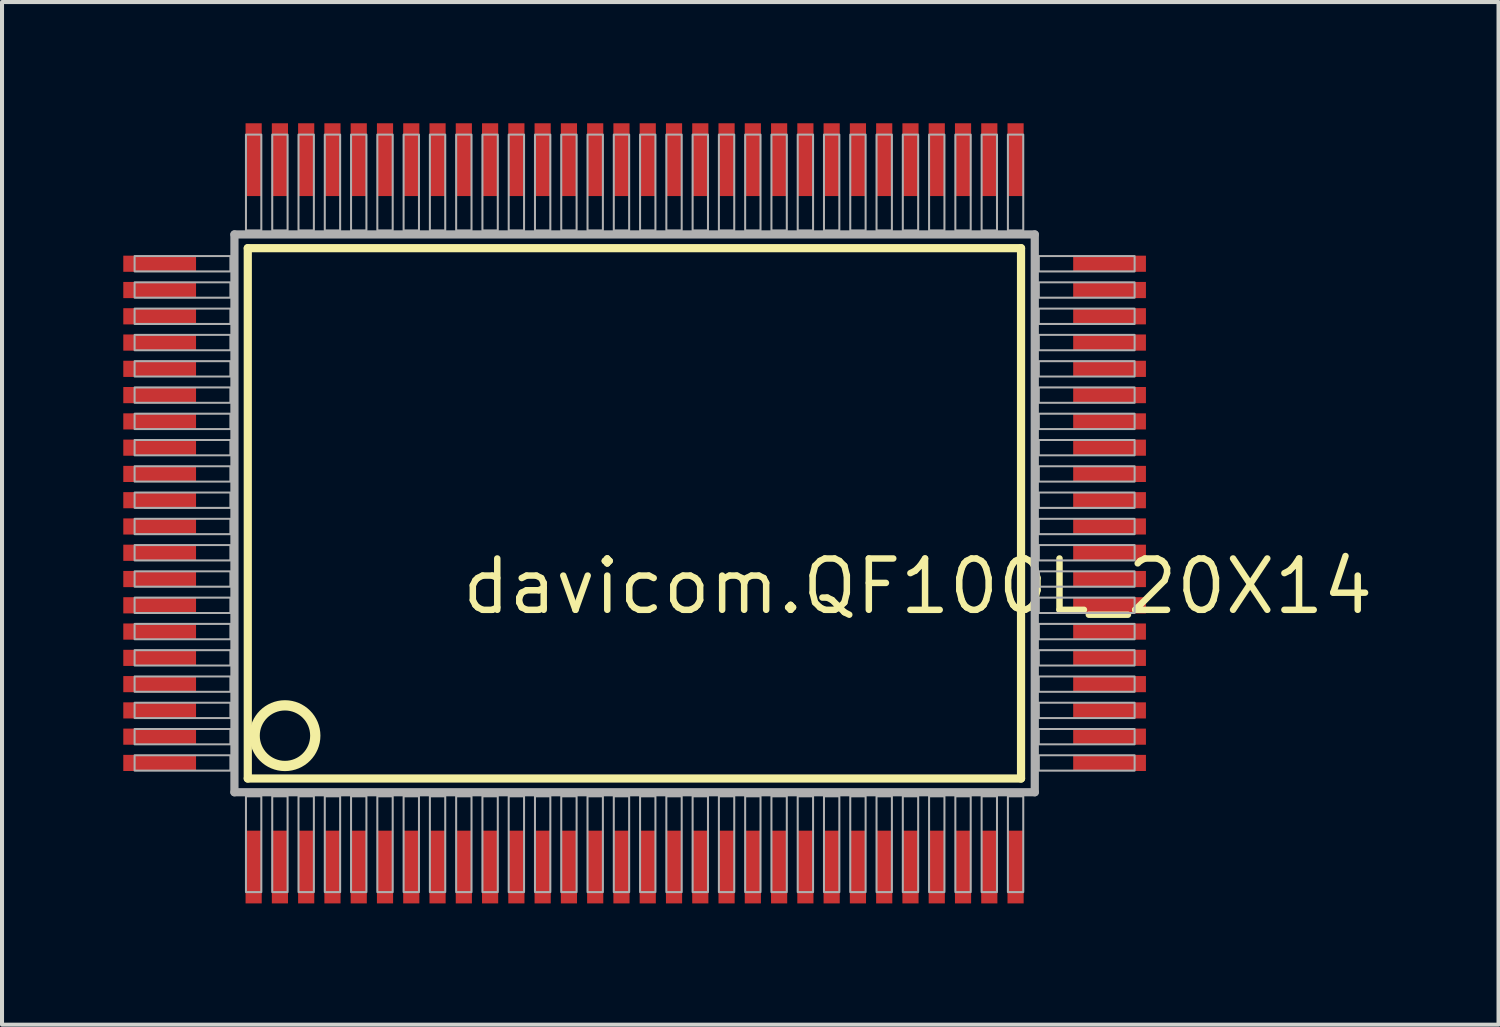
<source format=kicad_pcb>
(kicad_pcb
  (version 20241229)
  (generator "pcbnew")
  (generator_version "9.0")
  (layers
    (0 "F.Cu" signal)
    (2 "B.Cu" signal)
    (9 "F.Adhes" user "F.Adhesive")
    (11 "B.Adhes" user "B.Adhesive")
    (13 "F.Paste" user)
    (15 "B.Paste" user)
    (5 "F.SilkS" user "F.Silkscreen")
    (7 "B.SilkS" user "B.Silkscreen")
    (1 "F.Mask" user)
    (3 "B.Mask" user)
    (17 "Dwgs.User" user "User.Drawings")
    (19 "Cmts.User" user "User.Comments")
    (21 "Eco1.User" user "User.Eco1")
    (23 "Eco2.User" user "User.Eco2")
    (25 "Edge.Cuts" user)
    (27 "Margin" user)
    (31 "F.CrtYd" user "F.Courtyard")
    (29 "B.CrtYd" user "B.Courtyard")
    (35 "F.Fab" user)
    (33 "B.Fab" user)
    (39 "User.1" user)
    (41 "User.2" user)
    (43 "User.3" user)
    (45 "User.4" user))
  (footprint "davicom.QF100L_20X14"
    (layer "F.Cu")
    (at 12.65 9.65)
    (property "Reference" "davicom.QF100L_20X14" (at -4.35 2.55 0) (layer "F.SilkS") (effects (font (size 1.27 1.27) (thickness 0.16)) (justify left bottom)))
    (attr smd)
    (fp_line (start -9.57 -6.56) (end 9.56 -6.56) (stroke (width 0.203) (type default)) (layer "F.SilkS"))
    (fp_line (start -9.57 6.56) (end -9.57 -6.56) (stroke (width 0.203) (type default)) (layer "F.SilkS"))
    (fp_line (start 9.56 -6.56) (end 9.56 6.56) (stroke (width 0.203) (type default)) (layer "F.SilkS"))
    (fp_line (start 9.56 6.56) (end -9.57 6.56) (stroke (width 0.203) (type default)) (layer "F.SilkS"))
    (fp_circle (center -8.65 5.5) (end -7.9 5.5) (stroke (width 0.254) (type default)) (fill no) (layer "F.SilkS"))
    (fp_line (start -9.9 -6.9) (end -9.9 6.9) (stroke (width 0.203) (type default)) (layer "F.Fab"))
    (fp_line (start -9.9 6.9) (end 9.9 6.9) (stroke (width 0.203) (type default)) (layer "F.Fab"))
    (fp_line (start 9.9 -6.9) (end -9.9 -6.9) (stroke (width 0.203) (type default)) (layer "F.Fab"))
    (fp_line (start 9.9 6.9) (end 9.9 -6.9) (stroke (width 0.203) (type default)) (layer "F.Fab"))
    (fp_rect (start -12.37 -5.985) (end -10 -6.365) (stroke (width 0.05) (type default)) (fill no) (layer "F.Fab"))
    (fp_rect (start -12.37 -5.335) (end -10 -5.715) (stroke (width 0.05) (type default)) (fill no) (layer "F.Fab"))
    (fp_rect (start -12.37 -4.685) (end -10 -5.065) (stroke (width 0.05) (type default)) (fill no) (layer "F.Fab"))
    (fp_rect (start -12.37 -4.035) (end -10 -4.415) (stroke (width 0.05) (type default)) (fill no) (layer "F.Fab"))
    (fp_rect (start -12.37 -3.385) (end -10 -3.765) (stroke (width 0.05) (type default)) (fill no) (layer "F.Fab"))
    (fp_rect (start -12.37 -2.735) (end -10 -3.115) (stroke (width 0.05) (type default)) (fill no) (layer "F.Fab"))
    (fp_rect (start -12.37 -2.085) (end -10 -2.465) (stroke (width 0.05) (type default)) (fill no) (layer "F.Fab"))
    (fp_rect (start -12.37 -1.435) (end -10 -1.815) (stroke (width 0.05) (type default)) (fill no) (layer "F.Fab"))
    (fp_rect (start -12.37 -0.785) (end -10 -1.165) (stroke (width 0.05) (type default)) (fill no) (layer "F.Fab"))
    (fp_rect (start -12.37 -0.135) (end -10 -0.515) (stroke (width 0.05) (type default)) (fill no) (layer "F.Fab"))
    (fp_rect (start -12.37 0.515) (end -10 0.135) (stroke (width 0.05) (type default)) (fill no) (layer "F.Fab"))
    (fp_rect (start -12.37 1.165) (end -10 0.785) (stroke (width 0.05) (type default)) (fill no) (layer "F.Fab"))
    (fp_rect (start -12.37 1.815) (end -10 1.435) (stroke (width 0.05) (type default)) (fill no) (layer "F.Fab"))
    (fp_rect (start -12.37 2.465) (end -10 2.085) (stroke (width 0.05) (type default)) (fill no) (layer "F.Fab"))
    (fp_rect (start -12.37 3.115) (end -10 2.735) (stroke (width 0.05) (type default)) (fill no) (layer "F.Fab"))
    (fp_rect (start -12.37 3.765) (end -10 3.385) (stroke (width 0.05) (type default)) (fill no) (layer "F.Fab"))
    (fp_rect (start -12.37 4.415) (end -10 4.035) (stroke (width 0.05) (type default)) (fill no) (layer "F.Fab"))
    (fp_rect (start -12.37 5.065) (end -10 4.685) (stroke (width 0.05) (type default)) (fill no) (layer "F.Fab"))
    (fp_rect (start -12.37 5.715) (end -10 5.335) (stroke (width 0.05) (type default)) (fill no) (layer "F.Fab"))
    (fp_rect (start -12.37 6.365) (end -10 5.985) (stroke (width 0.05) (type default)) (fill no) (layer "F.Fab"))
    (fp_rect (start -9.615 -7) (end -9.235 -9.37) (stroke (width 0.05) (type default)) (fill no) (layer "F.Fab"))
    (fp_rect (start -9.615 9.37) (end -9.235 7) (stroke (width 0.05) (type default)) (fill no) (layer "F.Fab"))
    (fp_rect (start -8.965 -7) (end -8.585 -9.37) (stroke (width 0.05) (type default)) (fill no) (layer "F.Fab"))
    (fp_rect (start -8.965 9.37) (end -8.585 7) (stroke (width 0.05) (type default)) (fill no) (layer "F.Fab"))
    (fp_rect (start -8.315 -7) (end -7.935 -9.37) (stroke (width 0.05) (type default)) (fill no) (layer "F.Fab"))
    (fp_rect (start -8.315 9.37) (end -7.935 7) (stroke (width 0.05) (type default)) (fill no) (layer "F.Fab"))
    (fp_rect (start -7.665 -7) (end -7.285 -9.37) (stroke (width 0.05) (type default)) (fill no) (layer "F.Fab"))
    (fp_rect (start -7.665 9.37) (end -7.285 7) (stroke (width 0.05) (type default)) (fill no) (layer "F.Fab"))
    (fp_rect (start -7.015 -7) (end -6.635 -9.37) (stroke (width 0.05) (type default)) (fill no) (layer "F.Fab"))
    (fp_rect (start -7.015 9.37) (end -6.635 7) (stroke (width 0.05) (type default)) (fill no) (layer "F.Fab"))
    (fp_rect (start -6.365 -7) (end -5.985 -9.37) (stroke (width 0.05) (type default)) (fill no) (layer "F.Fab"))
    (fp_rect (start -6.365 9.37) (end -5.985 7) (stroke (width 0.05) (type default)) (fill no) (layer "F.Fab"))
    (fp_rect (start -5.715 -7) (end -5.335 -9.37) (stroke (width 0.05) (type default)) (fill no) (layer "F.Fab"))
    (fp_rect (start -5.715 9.37) (end -5.335 7) (stroke (width 0.05) (type default)) (fill no) (layer "F.Fab"))
    (fp_rect (start -5.065 -7) (end -4.685 -9.37) (stroke (width 0.05) (type default)) (fill no) (layer "F.Fab"))
    (fp_rect (start -5.065 9.37) (end -4.685 7) (stroke (width 0.05) (type default)) (fill no) (layer "F.Fab"))
    (fp_rect (start -4.415 -7) (end -4.035 -9.37) (stroke (width 0.05) (type default)) (fill no) (layer "F.Fab"))
    (fp_rect (start -4.415 9.37) (end -4.035 7) (stroke (width 0.05) (type default)) (fill no) (layer "F.Fab"))
    (fp_rect (start -3.765 -7) (end -3.385 -9.37) (stroke (width 0.05) (type default)) (fill no) (layer "F.Fab"))
    (fp_rect (start -3.765 9.37) (end -3.385 7) (stroke (width 0.05) (type default)) (fill no) (layer "F.Fab"))
    (fp_rect (start -3.115 -7) (end -2.735 -9.37) (stroke (width 0.05) (type default)) (fill no) (layer "F.Fab"))
    (fp_rect (start -3.115 9.37) (end -2.735 7) (stroke (width 0.05) (type default)) (fill no) (layer "F.Fab"))
    (fp_rect (start -2.465 -7) (end -2.085 -9.37) (stroke (width 0.05) (type default)) (fill no) (layer "F.Fab"))
    (fp_rect (start -2.465 9.37) (end -2.085 7) (stroke (width 0.05) (type default)) (fill no) (layer "F.Fab"))
    (fp_rect (start -1.815 -7) (end -1.435 -9.37) (stroke (width 0.05) (type default)) (fill no) (layer "F.Fab"))
    (fp_rect (start -1.815 9.37) (end -1.435 7) (stroke (width 0.05) (type default)) (fill no) (layer "F.Fab"))
    (fp_rect (start -1.165 -7) (end -0.785 -9.37) (stroke (width 0.05) (type default)) (fill no) (layer "F.Fab"))
    (fp_rect (start -1.165 9.37) (end -0.785 7) (stroke (width 0.05) (type default)) (fill no) (layer "F.Fab"))
    (fp_rect (start -0.515 -7) (end -0.135 -9.37) (stroke (width 0.05) (type default)) (fill no) (layer "F.Fab"))
    (fp_rect (start -0.515 9.37) (end -0.135 7) (stroke (width 0.05) (type default)) (fill no) (layer "F.Fab"))
    (fp_rect (start 0.135 -7) (end 0.515 -9.37) (stroke (width 0.05) (type default)) (fill no) (layer "F.Fab"))
    (fp_rect (start 0.135 9.37) (end 0.515 7) (stroke (width 0.05) (type default)) (fill no) (layer "F.Fab"))
    (fp_rect (start 0.785 -7) (end 1.165 -9.37) (stroke (width 0.05) (type default)) (fill no) (layer "F.Fab"))
    (fp_rect (start 0.785 9.37) (end 1.165 7) (stroke (width 0.05) (type default)) (fill no) (layer "F.Fab"))
    (fp_rect (start 1.435 -7) (end 1.815 -9.37) (stroke (width 0.05) (type default)) (fill no) (layer "F.Fab"))
    (fp_rect (start 1.435 9.37) (end 1.815 7) (stroke (width 0.05) (type default)) (fill no) (layer "F.Fab"))
    (fp_rect (start 2.085 -7) (end 2.465 -9.37) (stroke (width 0.05) (type default)) (fill no) (layer "F.Fab"))
    (fp_rect (start 2.085 9.37) (end 2.465 7) (stroke (width 0.05) (type default)) (fill no) (layer "F.Fab"))
    (fp_rect (start 2.735 -7) (end 3.115 -9.37) (stroke (width 0.05) (type default)) (fill no) (layer "F.Fab"))
    (fp_rect (start 2.735 9.37) (end 3.115 7) (stroke (width 0.05) (type default)) (fill no) (layer "F.Fab"))
    (fp_rect (start 3.385 -7) (end 3.765 -9.37) (stroke (width 0.05) (type default)) (fill no) (layer "F.Fab"))
    (fp_rect (start 3.385 9.37) (end 3.765 7) (stroke (width 0.05) (type default)) (fill no) (layer "F.Fab"))
    (fp_rect (start 4.035 -7) (end 4.415 -9.37) (stroke (width 0.05) (type default)) (fill no) (layer "F.Fab"))
    (fp_rect (start 4.035 9.37) (end 4.415 7) (stroke (width 0.05) (type default)) (fill no) (layer "F.Fab"))
    (fp_rect (start 4.685 -7) (end 5.065 -9.37) (stroke (width 0.05) (type default)) (fill no) (layer "F.Fab"))
    (fp_rect (start 4.685 9.37) (end 5.065 7) (stroke (width 0.05) (type default)) (fill no) (layer "F.Fab"))
    (fp_rect (start 5.335 -7) (end 5.715 -9.37) (stroke (width 0.05) (type default)) (fill no) (layer "F.Fab"))
    (fp_rect (start 5.335 9.37) (end 5.715 7) (stroke (width 0.05) (type default)) (fill no) (layer "F.Fab"))
    (fp_rect (start 5.985 -7) (end 6.365 -9.37) (stroke (width 0.05) (type default)) (fill no) (layer "F.Fab"))
    (fp_rect (start 5.985 9.37) (end 6.365 7) (stroke (width 0.05) (type default)) (fill no) (layer "F.Fab"))
    (fp_rect (start 6.635 -7) (end 7.015 -9.37) (stroke (width 0.05) (type default)) (fill no) (layer "F.Fab"))
    (fp_rect (start 6.635 9.37) (end 7.015 7) (stroke (width 0.05) (type default)) (fill no) (layer "F.Fab"))
    (fp_rect (start 7.285 -7) (end 7.665 -9.37) (stroke (width 0.05) (type default)) (fill no) (layer "F.Fab"))
    (fp_rect (start 7.285 9.37) (end 7.665 7) (stroke (width 0.05) (type default)) (fill no) (layer "F.Fab"))
    (fp_rect (start 7.935 -7) (end 8.315 -9.37) (stroke (width 0.05) (type default)) (fill no) (layer "F.Fab"))
    (fp_rect (start 7.935 9.37) (end 8.315 7) (stroke (width 0.05) (type default)) (fill no) (layer "F.Fab"))
    (fp_rect (start 8.585 -7) (end 8.965 -9.37) (stroke (width 0.05) (type default)) (fill no) (layer "F.Fab"))
    (fp_rect (start 8.585 9.37) (end 8.965 7) (stroke (width 0.05) (type default)) (fill no) (layer "F.Fab"))
    (fp_rect (start 9.235 -7) (end 9.615 -9.37) (stroke (width 0.05) (type default)) (fill no) (layer "F.Fab"))
    (fp_rect (start 9.235 9.37) (end 9.615 7) (stroke (width 0.05) (type default)) (fill no) (layer "F.Fab"))
    (fp_rect (start 10 -5.985) (end 12.37 -6.365) (stroke (width 0.05) (type default)) (fill no) (layer "F.Fab"))
    (fp_rect (start 10 -5.335) (end 12.37 -5.715) (stroke (width 0.05) (type default)) (fill no) (layer "F.Fab"))
    (fp_rect (start 10 -4.685) (end 12.37 -5.065) (stroke (width 0.05) (type default)) (fill no) (layer "F.Fab"))
    (fp_rect (start 10 -4.035) (end 12.37 -4.415) (stroke (width 0.05) (type default)) (fill no) (layer "F.Fab"))
    (fp_rect (start 10 -3.385) (end 12.37 -3.765) (stroke (width 0.05) (type default)) (fill no) (layer "F.Fab"))
    (fp_rect (start 10 -2.735) (end 12.37 -3.115) (stroke (width 0.05) (type default)) (fill no) (layer "F.Fab"))
    (fp_rect (start 10 -2.085) (end 12.37 -2.465) (stroke (width 0.05) (type default)) (fill no) (layer "F.Fab"))
    (fp_rect (start 10 -1.435) (end 12.37 -1.815) (stroke (width 0.05) (type default)) (fill no) (layer "F.Fab"))
    (fp_rect (start 10 -0.785) (end 12.37 -1.165) (stroke (width 0.05) (type default)) (fill no) (layer "F.Fab"))
    (fp_rect (start 10 -0.135) (end 12.37 -0.515) (stroke (width 0.05) (type default)) (fill no) (layer "F.Fab"))
    (fp_rect (start 10 0.515) (end 12.37 0.135) (stroke (width 0.05) (type default)) (fill no) (layer "F.Fab"))
    (fp_rect (start 10 1.165) (end 12.37 0.785) (stroke (width 0.05) (type default)) (fill no) (layer "F.Fab"))
    (fp_rect (start 10 1.815) (end 12.37 1.435) (stroke (width 0.05) (type default)) (fill no) (layer "F.Fab"))
    (fp_rect (start 10 2.465) (end 12.37 2.085) (stroke (width 0.05) (type default)) (fill no) (layer "F.Fab"))
    (fp_rect (start 10 3.115) (end 12.37 2.735) (stroke (width 0.05) (type default)) (fill no) (layer "F.Fab"))
    (fp_rect (start 10 3.765) (end 12.37 3.385) (stroke (width 0.05) (type default)) (fill no) (layer "F.Fab"))
    (fp_rect (start 10 4.415) (end 12.37 4.035) (stroke (width 0.05) (type default)) (fill no) (layer "F.Fab"))
    (fp_rect (start 10 5.065) (end 12.37 4.685) (stroke (width 0.05) (type default)) (fill no) (layer "F.Fab"))
    (fp_rect (start 10 5.715) (end 12.37 5.335) (stroke (width 0.05) (type default)) (fill no) (layer "F.Fab"))
    (fp_rect (start 10 6.365) (end 12.37 5.985) (stroke (width 0.05) (type default)) (fill no) (layer "F.Fab"))
    (pad "1" smd roundrect (at -9.425 8.75) (size 0.4 1.8) (layers "F.Cu" "F.Mask" "F.Paste") (roundrect_rratio 0.01))
    (pad "2" smd roundrect (at -8.775 8.75) (size 0.4 1.8) (layers "F.Cu" "F.Mask" "F.Paste") (roundrect_rratio 0.01))
    (pad "3" smd roundrect (at -8.125 8.75) (size 0.4 1.8) (layers "F.Cu" "F.Mask" "F.Paste") (roundrect_rratio 0.01))
    (pad "4" smd roundrect (at -7.475 8.75) (size 0.4 1.8) (layers "F.Cu" "F.Mask" "F.Paste") (roundrect_rratio 0.01))
    (pad "5" smd roundrect (at -6.825 8.75) (size 0.4 1.8) (layers "F.Cu" "F.Mask" "F.Paste") (roundrect_rratio 0.01))
    (pad "6" smd roundrect (at -6.175 8.75) (size 0.4 1.8) (layers "F.Cu" "F.Mask" "F.Paste") (roundrect_rratio 0.01))
    (pad "7" smd roundrect (at -5.525 8.75) (size 0.4 1.8) (layers "F.Cu" "F.Mask" "F.Paste") (roundrect_rratio 0.01))
    (pad "8" smd roundrect (at -4.875 8.75) (size 0.4 1.8) (layers "F.Cu" "F.Mask" "F.Paste") (roundrect_rratio 0.01))
    (pad "9" smd roundrect (at -4.225 8.75) (size 0.4 1.8) (layers "F.Cu" "F.Mask" "F.Paste") (roundrect_rratio 0.01))
    (pad "10" smd roundrect (at -3.575 8.75) (size 0.4 1.8) (layers "F.Cu" "F.Mask" "F.Paste") (roundrect_rratio 0.01))
    (pad "11" smd roundrect (at -2.925 8.75) (size 0.4 1.8) (layers "F.Cu" "F.Mask" "F.Paste") (roundrect_rratio 0.01))
    (pad "12" smd roundrect (at -2.275 8.75) (size 0.4 1.8) (layers "F.Cu" "F.Mask" "F.Paste") (roundrect_rratio 0.01))
    (pad "13" smd roundrect (at -1.625 8.75) (size 0.4 1.8) (layers "F.Cu" "F.Mask" "F.Paste") (roundrect_rratio 0.01))
    (pad "14" smd roundrect (at -0.975 8.75) (size 0.4 1.8) (layers "F.Cu" "F.Mask" "F.Paste") (roundrect_rratio 0.01))
    (pad "15" smd roundrect (at -0.325 8.75) (size 0.4 1.8) (layers "F.Cu" "F.Mask" "F.Paste") (roundrect_rratio 0.01))
    (pad "16" smd roundrect (at 0.325 8.75) (size 0.4 1.8) (layers "F.Cu" "F.Mask" "F.Paste") (roundrect_rratio 0.01))
    (pad "17" smd roundrect (at 0.975 8.75) (size 0.4 1.8) (layers "F.Cu" "F.Mask" "F.Paste") (roundrect_rratio 0.01))
    (pad "18" smd roundrect (at 1.625 8.75) (size 0.4 1.8) (layers "F.Cu" "F.Mask" "F.Paste") (roundrect_rratio 0.01))
    (pad "19" smd roundrect (at 2.275 8.75) (size 0.4 1.8) (layers "F.Cu" "F.Mask" "F.Paste") (roundrect_rratio 0.01))
    (pad "20" smd roundrect (at 2.925 8.75) (size 0.4 1.8) (layers "F.Cu" "F.Mask" "F.Paste") (roundrect_rratio 0.01))
    (pad "21" smd roundrect (at 3.575 8.75) (size 0.4 1.8) (layers "F.Cu" "F.Mask" "F.Paste") (roundrect_rratio 0.01))
    (pad "22" smd roundrect (at 4.225 8.75) (size 0.4 1.8) (layers "F.Cu" "F.Mask" "F.Paste") (roundrect_rratio 0.01))
    (pad "23" smd roundrect (at 4.875 8.75) (size 0.4 1.8) (layers "F.Cu" "F.Mask" "F.Paste") (roundrect_rratio 0.01))
    (pad "24" smd roundrect (at 5.525 8.75) (size 0.4 1.8) (layers "F.Cu" "F.Mask" "F.Paste") (roundrect_rratio 0.01))
    (pad "25" smd roundrect (at 6.175 8.75) (size 0.4 1.8) (layers "F.Cu" "F.Mask" "F.Paste") (roundrect_rratio 0.01))
    (pad "26" smd roundrect (at 6.825 8.75) (size 0.4 1.8) (layers "F.Cu" "F.Mask" "F.Paste") (roundrect_rratio 0.01))
    (pad "27" smd roundrect (at 7.475 8.75) (size 0.4 1.8) (layers "F.Cu" "F.Mask" "F.Paste") (roundrect_rratio 0.01))
    (pad "28" smd roundrect (at 8.125 8.75) (size 0.4 1.8) (layers "F.Cu" "F.Mask" "F.Paste") (roundrect_rratio 0.01))
    (pad "29" smd roundrect (at 8.775 8.75) (size 0.4 1.8) (layers "F.Cu" "F.Mask" "F.Paste") (roundrect_rratio 0.01))
    (pad "30" smd roundrect (at 9.425 8.75) (size 0.4 1.8) (layers "F.Cu" "F.Mask" "F.Paste") (roundrect_rratio 0.01))
    (pad "31" smd roundrect (at 11.75 6.175) (size 1.8 0.4) (layers "F.Cu" "F.Mask" "F.Paste") (roundrect_rratio 0.01))
    (pad "32" smd roundrect (at 11.75 5.525) (size 1.8 0.4) (layers "F.Cu" "F.Mask" "F.Paste") (roundrect_rratio 0.01))
    (pad "33" smd roundrect (at 11.75 4.875) (size 1.8 0.4) (layers "F.Cu" "F.Mask" "F.Paste") (roundrect_rratio 0.01))
    (pad "34" smd roundrect (at 11.75 4.225) (size 1.8 0.4) (layers "F.Cu" "F.Mask" "F.Paste") (roundrect_rratio 0.01))
    (pad "35" smd roundrect (at 11.75 3.575) (size 1.8 0.4) (layers "F.Cu" "F.Mask" "F.Paste") (roundrect_rratio 0.01))
    (pad "36" smd roundrect (at 11.75 2.925) (size 1.8 0.4) (layers "F.Cu" "F.Mask" "F.Paste") (roundrect_rratio 0.01))
    (pad "37" smd roundrect (at 11.75 2.275) (size 1.8 0.4) (layers "F.Cu" "F.Mask" "F.Paste") (roundrect_rratio 0.01))
    (pad "38" smd roundrect (at 11.75 1.625) (size 1.8 0.4) (layers "F.Cu" "F.Mask" "F.Paste") (roundrect_rratio 0.01))
    (pad "39" smd roundrect (at 11.75 0.975) (size 1.8 0.4) (layers "F.Cu" "F.Mask" "F.Paste") (roundrect_rratio 0.01))
    (pad "40" smd roundrect (at 11.75 0.325) (size 1.8 0.4) (layers "F.Cu" "F.Mask" "F.Paste") (roundrect_rratio 0.01))
    (pad "41" smd roundrect (at 11.75 -0.325) (size 1.8 0.4) (layers "F.Cu" "F.Mask" "F.Paste") (roundrect_rratio 0.01))
    (pad "42" smd roundrect (at 11.75 -0.975) (size 1.8 0.4) (layers "F.Cu" "F.Mask" "F.Paste") (roundrect_rratio 0.01))
    (pad "43" smd roundrect (at 11.75 -1.625) (size 1.8 0.4) (layers "F.Cu" "F.Mask" "F.Paste") (roundrect_rratio 0.01))
    (pad "44" smd roundrect (at 11.75 -2.275) (size 1.8 0.4) (layers "F.Cu" "F.Mask" "F.Paste") (roundrect_rratio 0.01))
    (pad "45" smd roundrect (at 11.75 -2.925) (size 1.8 0.4) (layers "F.Cu" "F.Mask" "F.Paste") (roundrect_rratio 0.01))
    (pad "46" smd roundrect (at 11.75 -3.575) (size 1.8 0.4) (layers "F.Cu" "F.Mask" "F.Paste") (roundrect_rratio 0.01))
    (pad "47" smd roundrect (at 11.75 -4.225) (size 1.8 0.4) (layers "F.Cu" "F.Mask" "F.Paste") (roundrect_rratio 0.01))
    (pad "48" smd roundrect (at 11.75 -4.875) (size 1.8 0.4) (layers "F.Cu" "F.Mask" "F.Paste") (roundrect_rratio 0.01))
    (pad "49" smd roundrect (at 11.75 -5.525) (size 1.8 0.4) (layers "F.Cu" "F.Mask" "F.Paste") (roundrect_rratio 0.01))
    (pad "50" smd roundrect (at 11.75 -6.175) (size 1.8 0.4) (layers "F.Cu" "F.Mask" "F.Paste") (roundrect_rratio 0.01))
    (pad "51" smd roundrect (at 9.425 -8.75) (size 0.4 1.8) (layers "F.Cu" "F.Mask" "F.Paste") (roundrect_rratio 0.01))
    (pad "52" smd roundrect (at 8.775 -8.75) (size 0.4 1.8) (layers "F.Cu" "F.Mask" "F.Paste") (roundrect_rratio 0.01))
    (pad "53" smd roundrect (at 8.125 -8.75) (size 0.4 1.8) (layers "F.Cu" "F.Mask" "F.Paste") (roundrect_rratio 0.01))
    (pad "54" smd roundrect (at 7.475 -8.75) (size 0.4 1.8) (layers "F.Cu" "F.Mask" "F.Paste") (roundrect_rratio 0.01))
    (pad "55" smd roundrect (at 6.825 -8.75) (size 0.4 1.8) (layers "F.Cu" "F.Mask" "F.Paste") (roundrect_rratio 0.01))
    (pad "56" smd roundrect (at 6.175 -8.75) (size 0.4 1.8) (layers "F.Cu" "F.Mask" "F.Paste") (roundrect_rratio 0.01))
    (pad "57" smd roundrect (at 5.525 -8.75) (size 0.4 1.8) (layers "F.Cu" "F.Mask" "F.Paste") (roundrect_rratio 0.01))
    (pad "58" smd roundrect (at 4.875 -8.75) (size 0.4 1.8) (layers "F.Cu" "F.Mask" "F.Paste") (roundrect_rratio 0.01))
    (pad "59" smd roundrect (at 4.225 -8.75) (size 0.4 1.8) (layers "F.Cu" "F.Mask" "F.Paste") (roundrect_rratio 0.01))
    (pad "60" smd roundrect (at 3.575 -8.75) (size 0.4 1.8) (layers "F.Cu" "F.Mask" "F.Paste") (roundrect_rratio 0.01))
    (pad "61" smd roundrect (at 2.925 -8.75) (size 0.4 1.8) (layers "F.Cu" "F.Mask" "F.Paste") (roundrect_rratio 0.01))
    (pad "62" smd roundrect (at 2.275 -8.75) (size 0.4 1.8) (layers "F.Cu" "F.Mask" "F.Paste") (roundrect_rratio 0.01))
    (pad "63" smd roundrect (at 1.625 -8.75) (size 0.4 1.8) (layers "F.Cu" "F.Mask" "F.Paste") (roundrect_rratio 0.01))
    (pad "64" smd roundrect (at 0.975 -8.75) (size 0.4 1.8) (layers "F.Cu" "F.Mask" "F.Paste") (roundrect_rratio 0.01))
    (pad "65" smd roundrect (at 0.325 -8.75) (size 0.4 1.8) (layers "F.Cu" "F.Mask" "F.Paste") (roundrect_rratio 0.01))
    (pad "66" smd roundrect (at -0.325 -8.75) (size 0.4 1.8) (layers "F.Cu" "F.Mask" "F.Paste") (roundrect_rratio 0.01))
    (pad "67" smd roundrect (at -0.975 -8.75) (size 0.4 1.8) (layers "F.Cu" "F.Mask" "F.Paste") (roundrect_rratio 0.01))
    (pad "68" smd roundrect (at -1.625 -8.75) (size 0.4 1.8) (layers "F.Cu" "F.Mask" "F.Paste") (roundrect_rratio 0.01))
    (pad "69" smd roundrect (at -2.275 -8.75) (size 0.4 1.8) (layers "F.Cu" "F.Mask" "F.Paste") (roundrect_rratio 0.01))
    (pad "70" smd roundrect (at -2.925 -8.75) (size 0.4 1.8) (layers "F.Cu" "F.Mask" "F.Paste") (roundrect_rratio 0.01))
    (pad "71" smd roundrect (at -3.575 -8.75) (size 0.4 1.8) (layers "F.Cu" "F.Mask" "F.Paste") (roundrect_rratio 0.01))
    (pad "72" smd roundrect (at -4.225 -8.75) (size 0.4 1.8) (layers "F.Cu" "F.Mask" "F.Paste") (roundrect_rratio 0.01))
    (pad "73" smd roundrect (at -4.875 -8.75) (size 0.4 1.8) (layers "F.Cu" "F.Mask" "F.Paste") (roundrect_rratio 0.01))
    (pad "74" smd roundrect (at -5.525 -8.75) (size 0.4 1.8) (layers "F.Cu" "F.Mask" "F.Paste") (roundrect_rratio 0.01))
    (pad "75" smd roundrect (at -6.175 -8.75) (size 0.4 1.8) (layers "F.Cu" "F.Mask" "F.Paste") (roundrect_rratio 0.01))
    (pad "76" smd roundrect (at -6.825 -8.75) (size 0.4 1.8) (layers "F.Cu" "F.Mask" "F.Paste") (roundrect_rratio 0.01))
    (pad "77" smd roundrect (at -7.475 -8.75) (size 0.4 1.8) (layers "F.Cu" "F.Mask" "F.Paste") (roundrect_rratio 0.01))
    (pad "78" smd roundrect (at -8.125 -8.75) (size 0.4 1.8) (layers "F.Cu" "F.Mask" "F.Paste") (roundrect_rratio 0.01))
    (pad "79" smd roundrect (at -8.775 -8.75) (size 0.4 1.8) (layers "F.Cu" "F.Mask" "F.Paste") (roundrect_rratio 0.01))
    (pad "80" smd roundrect (at -9.425 -8.75) (size 0.4 1.8) (layers "F.Cu" "F.Mask" "F.Paste") (roundrect_rratio 0.01))
    (pad "81" smd roundrect (at -11.75 -6.175) (size 1.8 0.4) (layers "F.Cu" "F.Mask" "F.Paste") (roundrect_rratio 0.01))
    (pad "82" smd roundrect (at -11.75 -5.525) (size 1.8 0.4) (layers "F.Cu" "F.Mask" "F.Paste") (roundrect_rratio 0.01))
    (pad "83" smd roundrect (at -11.75 -4.875) (size 1.8 0.4) (layers "F.Cu" "F.Mask" "F.Paste") (roundrect_rratio 0.01))
    (pad "84" smd roundrect (at -11.75 -4.225) (size 1.8 0.4) (layers "F.Cu" "F.Mask" "F.Paste") (roundrect_rratio 0.01))
    (pad "85" smd roundrect (at -11.75 -3.575) (size 1.8 0.4) (layers "F.Cu" "F.Mask" "F.Paste") (roundrect_rratio 0.01))
    (pad "86" smd roundrect (at -11.75 -2.925) (size 1.8 0.4) (layers "F.Cu" "F.Mask" "F.Paste") (roundrect_rratio 0.01))
    (pad "87" smd roundrect (at -11.75 -2.275) (size 1.8 0.4) (layers "F.Cu" "F.Mask" "F.Paste") (roundrect_rratio 0.01))
    (pad "88" smd roundrect (at -11.75 -1.625) (size 1.8 0.4) (layers "F.Cu" "F.Mask" "F.Paste") (roundrect_rratio 0.01))
    (pad "89" smd roundrect (at -11.75 -0.975) (size 1.8 0.4) (layers "F.Cu" "F.Mask" "F.Paste") (roundrect_rratio 0.01))
    (pad "90" smd roundrect (at -11.75 -0.325) (size 1.8 0.4) (layers "F.Cu" "F.Mask" "F.Paste") (roundrect_rratio 0.01))
    (pad "91" smd roundrect (at -11.75 0.325) (size 1.8 0.4) (layers "F.Cu" "F.Mask" "F.Paste") (roundrect_rratio 0.01))
    (pad "92" smd roundrect (at -11.75 0.975) (size 1.8 0.4) (layers "F.Cu" "F.Mask" "F.Paste") (roundrect_rratio 0.01))
    (pad "93" smd roundrect (at -11.75 1.625) (size 1.8 0.4) (layers "F.Cu" "F.Mask" "F.Paste") (roundrect_rratio 0.01))
    (pad "94" smd roundrect (at -11.75 2.275) (size 1.8 0.4) (layers "F.Cu" "F.Mask" "F.Paste") (roundrect_rratio 0.01))
    (pad "95" smd roundrect (at -11.75 2.925) (size 1.8 0.4) (layers "F.Cu" "F.Mask" "F.Paste") (roundrect_rratio 0.01))
    (pad "96" smd roundrect (at -11.75 3.575) (size 1.8 0.4) (layers "F.Cu" "F.Mask" "F.Paste") (roundrect_rratio 0.01))
    (pad "97" smd roundrect (at -11.75 4.225) (size 1.8 0.4) (layers "F.Cu" "F.Mask" "F.Paste") (roundrect_rratio 0.01))
    (pad "98" smd roundrect (at -11.75 4.875) (size 1.8 0.4) (layers "F.Cu" "F.Mask" "F.Paste") (roundrect_rratio 0.01))
    (pad "99" smd roundrect (at -11.75 5.525) (size 1.8 0.4) (layers "F.Cu" "F.Mask" "F.Paste") (roundrect_rratio 0.01))
    (pad "100" smd roundrect (at -11.75 6.175) (size 1.8 0.4) (layers "F.Cu" "F.Mask" "F.Paste") (roundrect_rratio 0.01)))
  (gr_rect
    (start -3 -3)
    (end 34.023 22.3)
    (stroke (width 0.1) (type default))
    (fill no)
    (layer "Edge.Cuts")))
</source>
